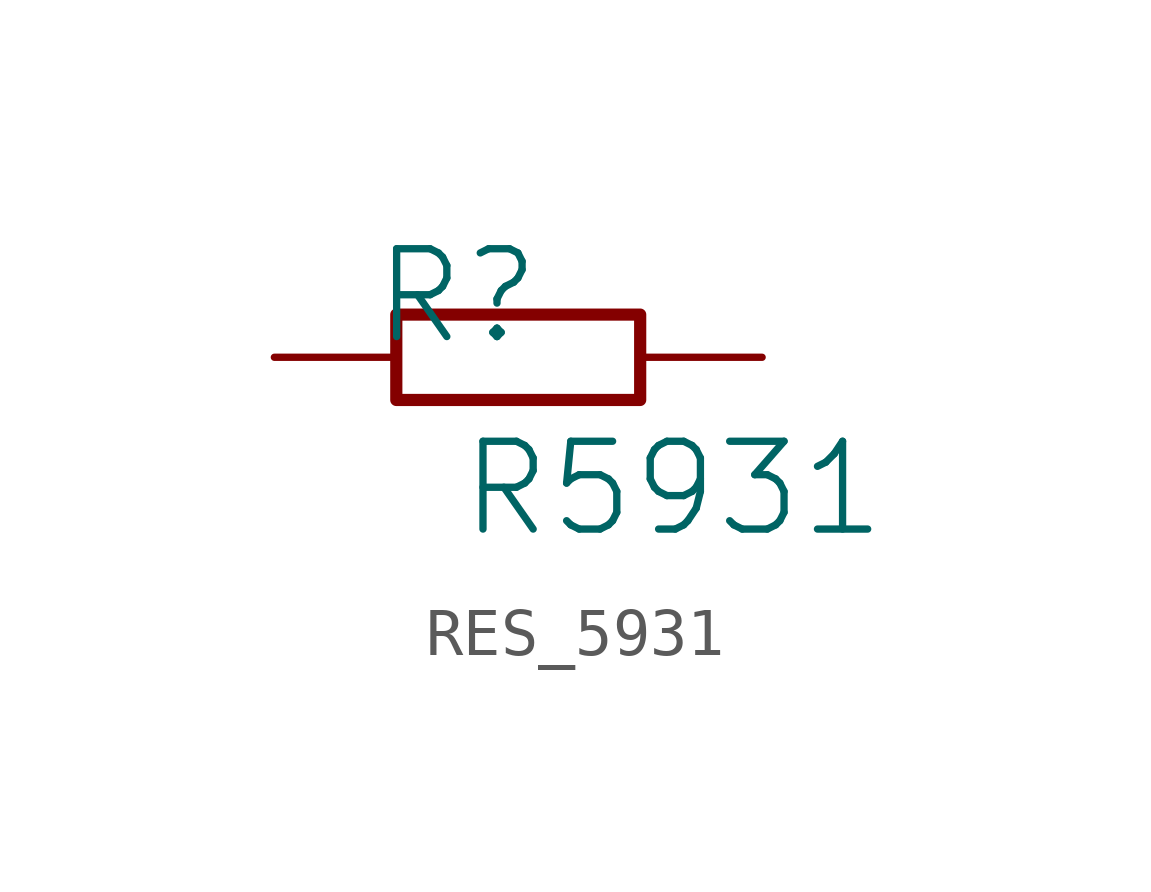
<source format=kicad_sym>
(kicad_symbol_lib
  (version 20231120)
  (generator "kicad_symbol_editor")
  (generator_version "8.0")
  (symbol "RES_5931"
    (property "Reference" "R"
      (at -1.27 1.27 0)
      (effects (font (size 1.829 1.829))))
    (property "Value" "R5931"
      (at -1.27 -3.81 0)
      (effects (font (size 1.829 1.829)) (justify left bottom)))
    (symbol "RES_5931_1_0"
      (polyline (pts (xy -2.54 0) (xy -2.54 0.889) (xy 2.54 0.889) (xy 2.54 -0.889) (xy -2.54 -0.889) (xy -2.54 0)) (stroke (width 0.254) (type solid)) (fill (type none)))
      (pin passive line (at -5.08 0 0) (length 2.54) (name "1" (effects (font (size 0 0)))) (number "1" (effects (font (size 0 0)))))
      (pin passive line (at 5.08 0 180) (length 2.54) (name "2" (effects (font (size 0 0)))) (number "2" (effects (font (size 0 0))))))))
</source>
